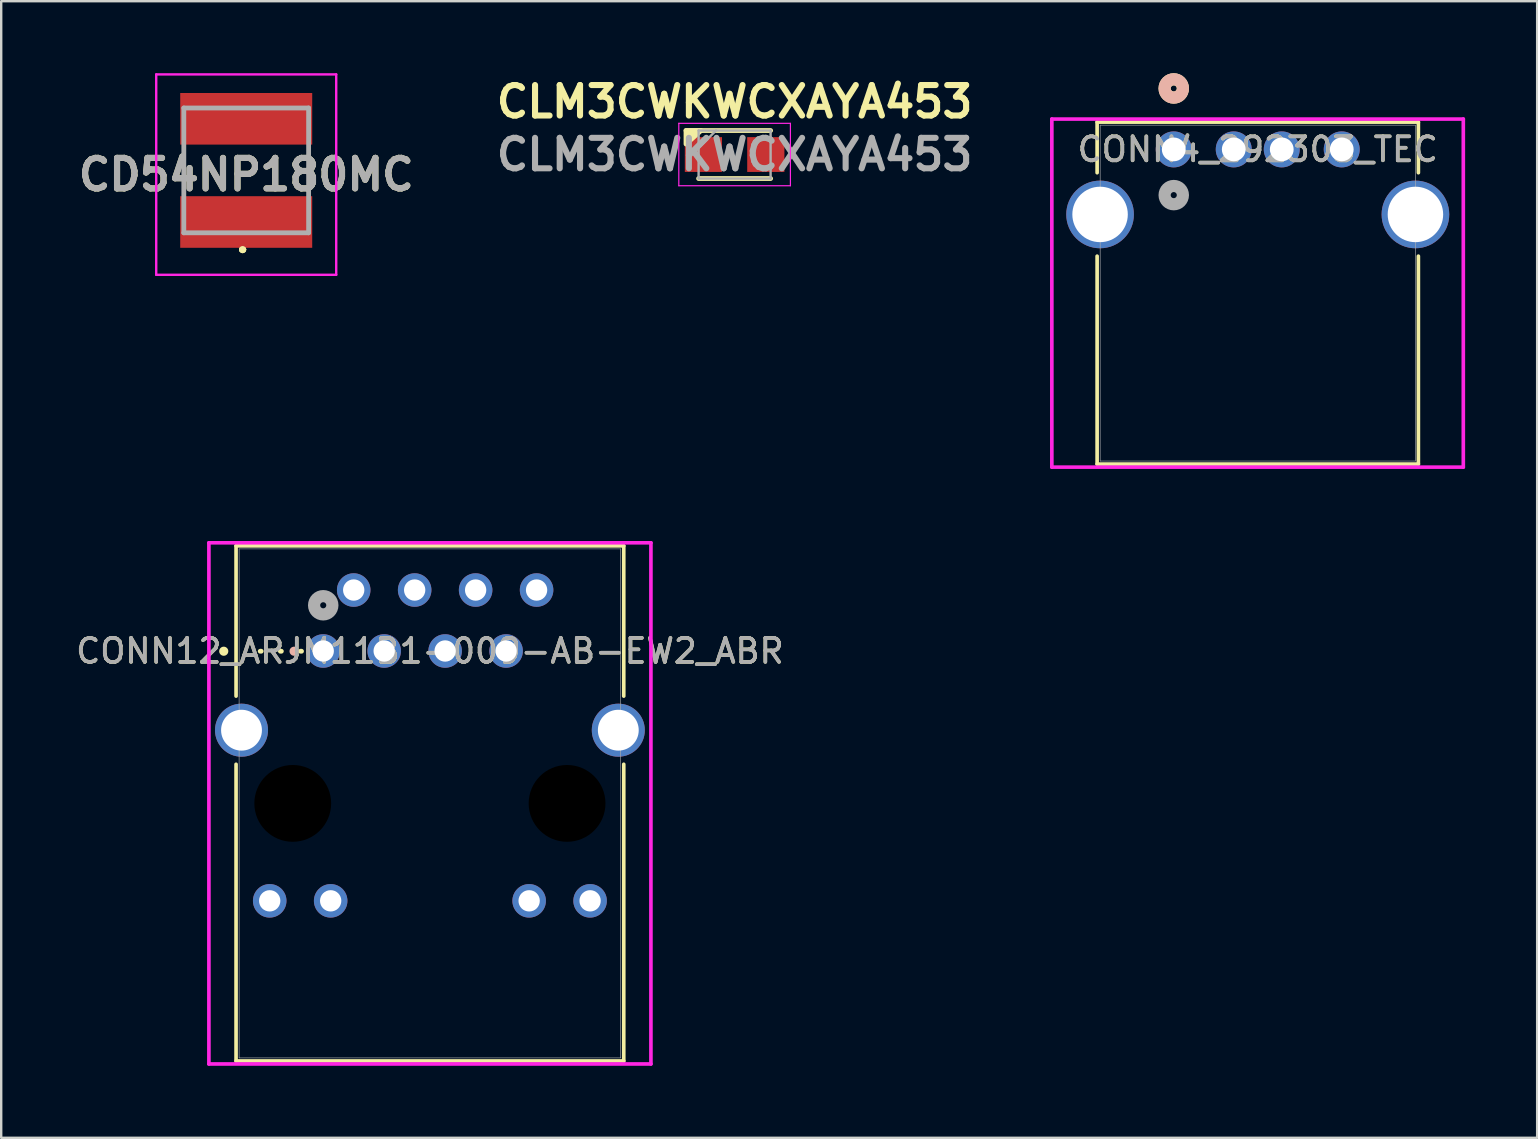
<source format=kicad_pcb>
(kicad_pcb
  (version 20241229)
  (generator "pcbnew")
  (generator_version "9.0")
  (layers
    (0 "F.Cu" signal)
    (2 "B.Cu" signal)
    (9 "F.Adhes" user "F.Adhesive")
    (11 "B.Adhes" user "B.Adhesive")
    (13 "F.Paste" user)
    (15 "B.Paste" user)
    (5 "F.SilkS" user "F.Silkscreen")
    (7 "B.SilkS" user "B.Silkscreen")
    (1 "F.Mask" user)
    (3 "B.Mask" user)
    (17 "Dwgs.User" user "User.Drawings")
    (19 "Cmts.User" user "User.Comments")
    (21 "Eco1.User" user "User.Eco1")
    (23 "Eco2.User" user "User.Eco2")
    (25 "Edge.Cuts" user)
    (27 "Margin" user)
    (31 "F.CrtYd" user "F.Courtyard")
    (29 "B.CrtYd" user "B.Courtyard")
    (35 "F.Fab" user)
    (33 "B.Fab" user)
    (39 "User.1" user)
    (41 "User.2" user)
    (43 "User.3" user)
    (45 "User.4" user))
  (footprint "CONN4_292303_TEC"
    (layer "F.Cu")
    (at 45.857 3.175)
    (property "Reference" "CONN4_292303_TEC" (at 3.5 0 0) (unlocked yes) (layer "F.SilkS") (effects (font (size 1 1) (thickness 0.15))))
    (attr through_hole)
    (fp_line (start -3.193 -1.137) (end -3.193 0.972) (stroke (width 0.152) (type solid)) (layer "F.SilkS"))
    (fp_line (start -3.193 4.448) (end -3.193 13.112) (stroke (width 0.152) (type solid)) (layer "F.SilkS"))
    (fp_line (start -3.193 13.112) (end 10.193 13.112) (stroke (width 0.152) (type solid)) (layer "F.SilkS"))
    (fp_line (start 10.193 -1.137) (end -3.193 -1.137) (stroke (width 0.152) (type solid)) (layer "F.SilkS"))
    (fp_line (start 10.193 0.972) (end 10.193 -1.137) (stroke (width 0.152) (type solid)) (layer "F.SilkS"))
    (fp_line (start 10.193 13.112) (end 10.193 4.448) (stroke (width 0.152) (type solid)) (layer "F.SilkS"))
    (fp_circle (center 0 -2.54) (end 0.381 -2.54) (stroke (width 0.508) (type solid)) (fill no) (layer "F.SilkS"))
    (fp_circle (center 0 -2.54) (end 0.381 -2.54) (stroke (width 0.508) (type solid)) (fill no) (layer "B.SilkS"))
    (fp_line (start -5.08 -1.264) (end -5.08 13.239) (stroke (width 0.152) (type solid)) (layer "F.CrtYd"))
    (fp_line (start -5.08 13.239) (end 12.065 13.239) (stroke (width 0.152) (type solid)) (layer "F.CrtYd"))
    (fp_line (start 12.065 -1.264) (end -5.08 -1.264) (stroke (width 0.152) (type solid)) (layer "F.CrtYd"))
    (fp_line (start 12.065 13.239) (end 12.065 -1.264) (stroke (width 0.152) (type solid)) (layer "F.CrtYd"))
    (fp_line (start -3.066 -1.01) (end -3.066 12.985) (stroke (width 0.025) (type solid)) (layer "F.Fab"))
    (fp_line (start -3.066 12.985) (end 10.066 12.985) (stroke (width 0.025) (type solid)) (layer "F.Fab"))
    (fp_line (start 10.066 -1.01) (end -3.066 -1.01) (stroke (width 0.025) (type solid)) (layer "F.Fab"))
    (fp_line (start 10.066 12.985) (end 10.066 -1.01) (stroke (width 0.025) (type solid)) (layer "F.Fab"))
    (fp_circle (center 0 1.905) (end 0.381 1.905) (stroke (width 0.508) (type solid)) (fill no) (layer "F.Fab"))
    (fp_text user "${REFERENCE}" (at 3.5 0 0) (unlocked yes) (layer "F.Fab") (effects (font (size 1 1) (thickness 0.15))))
    (pad "1" thru_hole circle (at 0 0) (size 1.499 1.499) (drill 0.991) (layers "*.Cu" "*.Mask"))
    (pad "2" thru_hole circle (at 2.5 0) (size 1.499 1.499) (drill 0.991) (layers "*.Cu" "*.Mask"))
    (pad "3" thru_hole circle (at 4.5 0) (size 1.499 1.499) (drill 0.991) (layers "*.Cu" "*.Mask"))
    (pad "4" thru_hole circle (at 7 0) (size 1.499 1.499) (drill 0.991) (layers "*.Cu" "*.Mask"))
    (pad "5" thru_hole circle (at -3.07 2.71) (size 2.819 2.819) (drill 2.311) (layers "*.Cu" "*.Mask"))
    (pad "6" thru_hole circle (at 10.07 2.71) (size 2.819 2.819) (drill 2.311) (layers "*.Cu" "*.Mask")))
  (footprint "CONN12_ARJM11B1-009-AB-EW2_ABR"
    (layer "F.Cu")
    (at 14.863 30.425)
    (property "Reference" "CONN12_ARJM11B1-009-AB-EW2_ABR" (at 0 -6.35 0) (unlocked yes) (layer "F.SilkS") (effects (font (size 1 1) (thickness 0.15))))
    (attr through_hole)
    (fp_line (start -8.077 -10.732) (end -8.077 -4.47) (stroke (width 0.152) (type solid)) (layer "F.SilkS"))
    (fp_line (start -8.077 -1.63) (end -8.077 10.732) (stroke (width 0.152) (type solid)) (layer "F.SilkS"))
    (fp_line (start -8.077 10.732) (end 8.077 10.732) (stroke (width 0.152) (type solid)) (layer "F.SilkS"))
    (fp_line (start -5.35 -6.34) (end -7.84 -6.34) (stroke (width 0.2) (type dot)) (layer "F.SilkS"))
    (fp_line (start 8.077 -10.732) (end -8.077 -10.732) (stroke (width 0.152) (type solid)) (layer "F.SilkS"))
    (fp_line (start 8.077 -4.47) (end 8.077 -10.732) (stroke (width 0.152) (type solid)) (layer "F.SilkS"))
    (fp_line (start 8.077 10.732) (end 8.077 -1.63) (stroke (width 0.152) (type solid)) (layer "F.SilkS"))
    (fp_circle (center -8.59 -6.34) (end -8.46 -6.34) (stroke (width 0.12) (type solid)) (fill yes) (layer "F.SilkS"))
    (fp_circle (center -5.66 -6.34) (end -5.79 -6.34) (stroke (width 0.12) (type solid)) (fill yes) (layer "B.SilkS"))
    (fp_line (start -9.209 -10.858) (end -9.209 10.858) (stroke (width 0.152) (type solid)) (layer "F.CrtYd"))
    (fp_line (start -9.209 10.858) (end 9.209 10.858) (stroke (width 0.152) (type solid)) (layer "F.CrtYd"))
    (fp_line (start 9.209 -10.858) (end -9.209 -10.858) (stroke (width 0.152) (type solid)) (layer "F.CrtYd"))
    (fp_line (start 9.209 10.858) (end 9.209 -10.858) (stroke (width 0.152) (type solid)) (layer "F.CrtYd"))
    (fp_line (start -7.95 -10.604) (end -7.95 10.604) (stroke (width 0.025) (type solid)) (layer "F.Fab"))
    (fp_line (start -7.95 10.604) (end 7.95 10.604) (stroke (width 0.025) (type solid)) (layer "F.Fab"))
    (fp_line (start 7.95 -10.604) (end -7.95 -10.604) (stroke (width 0.025) (type solid)) (layer "F.Fab"))
    (fp_line (start 7.95 10.604) (end 7.95 -10.604) (stroke (width 0.025) (type solid)) (layer "F.Fab"))
    (fp_circle (center -4.445 -8.255) (end -4.064 -8.255) (stroke (width 0.508) (type solid)) (fill no) (layer "F.Fab"))
    (fp_text user "${REFERENCE}" (at 0 -6.35 0) (unlocked yes) (layer "F.Fab") (effects (font (size 1 1) (thickness 0.15))))
    (pad "" np_thru_hole circle (at -5.715 0) (size 3.2 3.2) (drill 3.2) (layers))
    (pad "" np_thru_hole circle (at 5.715 0) (size 3.2 3.2) (drill 3.2) (layers))
    (pad "1" thru_hole circle (at -4.445 -6.35) (size 1.397 1.397) (drill 0.889) (layers "*.Cu" "*.Mask"))
    (pad "2" thru_hole circle (at -3.175 -8.89) (size 1.397 1.397) (drill 0.889) (layers "*.Cu" "*.Mask"))
    (pad "3" thru_hole circle (at -1.905 -6.35) (size 1.397 1.397) (drill 0.889) (layers "*.Cu" "*.Mask"))
    (pad "4" thru_hole circle (at -0.635 -8.89) (size 1.397 1.397) (drill 0.889) (layers "*.Cu" "*.Mask"))
    (pad "5" thru_hole circle (at 0.635 -6.35) (size 1.397 1.397) (drill 0.889) (layers "*.Cu" "*.Mask"))
    (pad "6" thru_hole circle (at 1.905 -8.89) (size 1.397 1.397) (drill 0.889) (layers "*.Cu" "*.Mask"))
    (pad "7" thru_hole circle (at 3.175 -6.35) (size 1.397 1.397) (drill 0.889) (layers "*.Cu" "*.Mask"))
    (pad "8" thru_hole circle (at 4.445 -8.89) (size 1.397 1.397) (drill 0.889) (layers "*.Cu" "*.Mask"))
    (pad "9" thru_hole circle (at -6.675 4.06) (size 1.397 1.397) (drill 0.889) (layers "*.Cu" "*.Mask"))
    (pad "10" thru_hole circle (at -4.135 4.06) (size 1.397 1.397) (drill 0.889) (layers "*.Cu" "*.Mask"))
    (pad "11" thru_hole circle (at 4.135 4.06) (size 1.397 1.397) (drill 0.889) (layers "*.Cu" "*.Mask"))
    (pad "12" thru_hole circle (at 6.675 4.06) (size 1.397 1.397) (drill 0.889) (layers "*.Cu" "*.Mask"))
    (pad "13" thru_hole circle (at -7.85 -3.05) (size 2.21 2.21) (drill 1.702) (layers "*.Cu" "*.Mask"))
    (pad "14" thru_hole circle (at 7.85 -3.05) (size 2.21 2.21) (drill 1.702) (layers "*.Cu" "*.Mask")))
  (footprint "CD54NP180MC"
    (layer "F.Cu")
    (at 7.209 4.05)
    (property "Reference" "CD54NP180MC" (at 0 0.175 0) (layer "F.SilkS") (effects (font (size 1.27 1.27) (thickness 0.254))))
    (attr smd)
    (fp_line (start -2.6 -0.25) (end -2.6 -0.25) (stroke (width 0.1) (type solid)) (layer "F.SilkS"))
    (fp_line (start -2.6 -0.25) (end -2.6 0.25) (stroke (width 0.1) (type solid)) (layer "F.SilkS"))
    (fp_line (start -2.6 0.25) (end -2.6 -0.25) (stroke (width 0.1) (type solid)) (layer "F.SilkS"))
    (fp_line (start -2.6 0.25) (end -2.6 0.25) (stroke (width 0.1) (type solid)) (layer "F.SilkS"))
    (fp_line (start -0.2 3.3) (end -0.2 3.3) (stroke (width 0.2) (type solid)) (layer "F.SilkS"))
    (fp_line (start -0.2 3.3) (end -0.2 3.3) (stroke (width 0.2) (type solid)) (layer "F.SilkS"))
    (fp_line (start -0.1 3.3) (end -0.1 3.3) (stroke (width 0.2) (type solid)) (layer "F.SilkS"))
    (fp_line (start 2.6 -0.25) (end 2.6 -0.25) (stroke (width 0.1) (type solid)) (layer "F.SilkS"))
    (fp_line (start 2.6 -0.25) (end 2.6 0.25) (stroke (width 0.1) (type solid)) (layer "F.SilkS"))
    (fp_line (start 2.6 0.25) (end 2.6 -0.25) (stroke (width 0.1) (type solid)) (layer "F.SilkS"))
    (fp_line (start 2.6 0.25) (end 2.6 0.25) (stroke (width 0.1) (type solid)) (layer "F.SilkS"))
    (fp_arc (start -0.2 3.3) (mid -0.15 3.25) (end -0.1 3.3) (stroke (width 0.2) (type solid)) (layer "F.SilkS"))
    (fp_arc (start -0.1 3.3) (mid -0.15 3.35) (end -0.2 3.3) (stroke (width 0.2) (type solid)) (layer "F.SilkS"))
    (fp_arc (start -0.1 3.3) (mid -0.15 3.35) (end -0.2 3.3) (stroke (width 0.2) (type solid)) (layer "F.SilkS"))
    (fp_line (start -3.75 -4) (end 3.75 -4) (stroke (width 0.1) (type solid)) (layer "F.CrtYd"))
    (fp_line (start -3.75 4.35) (end -3.75 -4) (stroke (width 0.1) (type solid)) (layer "F.CrtYd"))
    (fp_line (start 3.75 -4) (end 3.75 4.35) (stroke (width 0.1) (type solid)) (layer "F.CrtYd"))
    (fp_line (start 3.75 4.35) (end -3.75 4.35) (stroke (width 0.1) (type solid)) (layer "F.CrtYd"))
    (fp_line (start -2.6 -2.6) (end -2.6 2.6) (stroke (width 0.2) (type solid)) (layer "F.Fab"))
    (fp_line (start -2.6 2.6) (end 2.6 2.6) (stroke (width 0.2) (type solid)) (layer "F.Fab"))
    (fp_line (start 2.6 -2.6) (end -2.6 -2.6) (stroke (width 0.2) (type solid)) (layer "F.Fab"))
    (fp_line (start 2.6 2.6) (end 2.6 -2.6) (stroke (width 0.2) (type solid)) (layer "F.Fab"))
    (fp_text user "${REFERENCE}" (at 0 0.175 0) (layer "F.Fab") (effects (font (size 1.27 1.27) (thickness 0.254))))
    (pad "1" smd rect (at 0 2.15 90) (size 2.15 5.5) (layers "F.Cu" "F.Mask" "F.Paste"))
    (pad "2" smd rect (at 0 -2.15 90) (size 2.15 5.5) (layers "F.Cu" "F.Mask" "F.Paste")))
  (footprint "CLM3CWKWCXAYA453"
    (layer "F.Cu")
    (at 27.559 3.389)
    (property "Reference" "CLM3CWKWCXAYA453" (at 0 -2.2 0) (layer "F.SilkS") (effects (font (size 1.27 1.27) (thickness 0.254))))
    (attr smd)
    (fp_line (start -1.5 1) (end 1.5 1) (stroke (width 0.2) (type solid)) (layer "F.SilkS"))
    (fp_line (start 1.5 -1) (end -2.025 -1) (stroke (width 0.2) (type solid)) (layer "F.SilkS"))
    (fp_poly (pts (xy -2.025 -1) (xy -2.025 -0.437) (xy -1.4 -1)) (stroke (width 0.2) (type solid)) (fill yes) (layer "F.SilkS"))
    (fp_line (start -2.325 -1.3) (end 2.325 -1.3) (stroke (width 0.05) (type solid)) (layer "F.CrtYd"))
    (fp_line (start -2.325 1.3) (end -2.325 -1.3) (stroke (width 0.05) (type solid)) (layer "F.CrtYd"))
    (fp_line (start 2.325 -1.3) (end 2.325 1.3) (stroke (width 0.05) (type solid)) (layer "F.CrtYd"))
    (fp_line (start 2.325 1.3) (end -2.325 1.3) (stroke (width 0.05) (type solid)) (layer "F.CrtYd"))
    (fp_line (start -1.5 -1) (end 1.5 -1) (stroke (width 0.1) (type solid)) (layer "F.Fab"))
    (fp_line (start -1.5 -0.275) (end -0.775 -1) (stroke (width 0.1) (type solid)) (layer "F.Fab"))
    (fp_line (start -1.5 1) (end -1.5 -1) (stroke (width 0.1) (type solid)) (layer "F.Fab"))
    (fp_line (start 1.5 -1) (end 1.5 1) (stroke (width 0.1) (type solid)) (layer "F.Fab"))
    (fp_line (start 1.5 1) (end -1.5 1) (stroke (width 0.1) (type solid)) (layer "F.Fab"))
    (fp_text user "${REFERENCE}" (at 0 0 0) (layer "F.Fab") (effects (font (size 1.27 1.27) (thickness 0.254))))
    (pad "1" smd rect (at -1.3 0 90) (size 1.45 1.55) (layers "F.Cu" "F.Mask" "F.Paste"))
    (pad "2" smd rect (at 1.3 0 90) (size 1.45 1.55) (layers "F.Cu" "F.Mask" "F.Paste")))
  (gr_rect
    (start -3 -3)
    (end 60.999 44.36)
    (stroke (width 0.1) (type default))
    (fill no)
    (layer "Edge.Cuts")))
</source>
